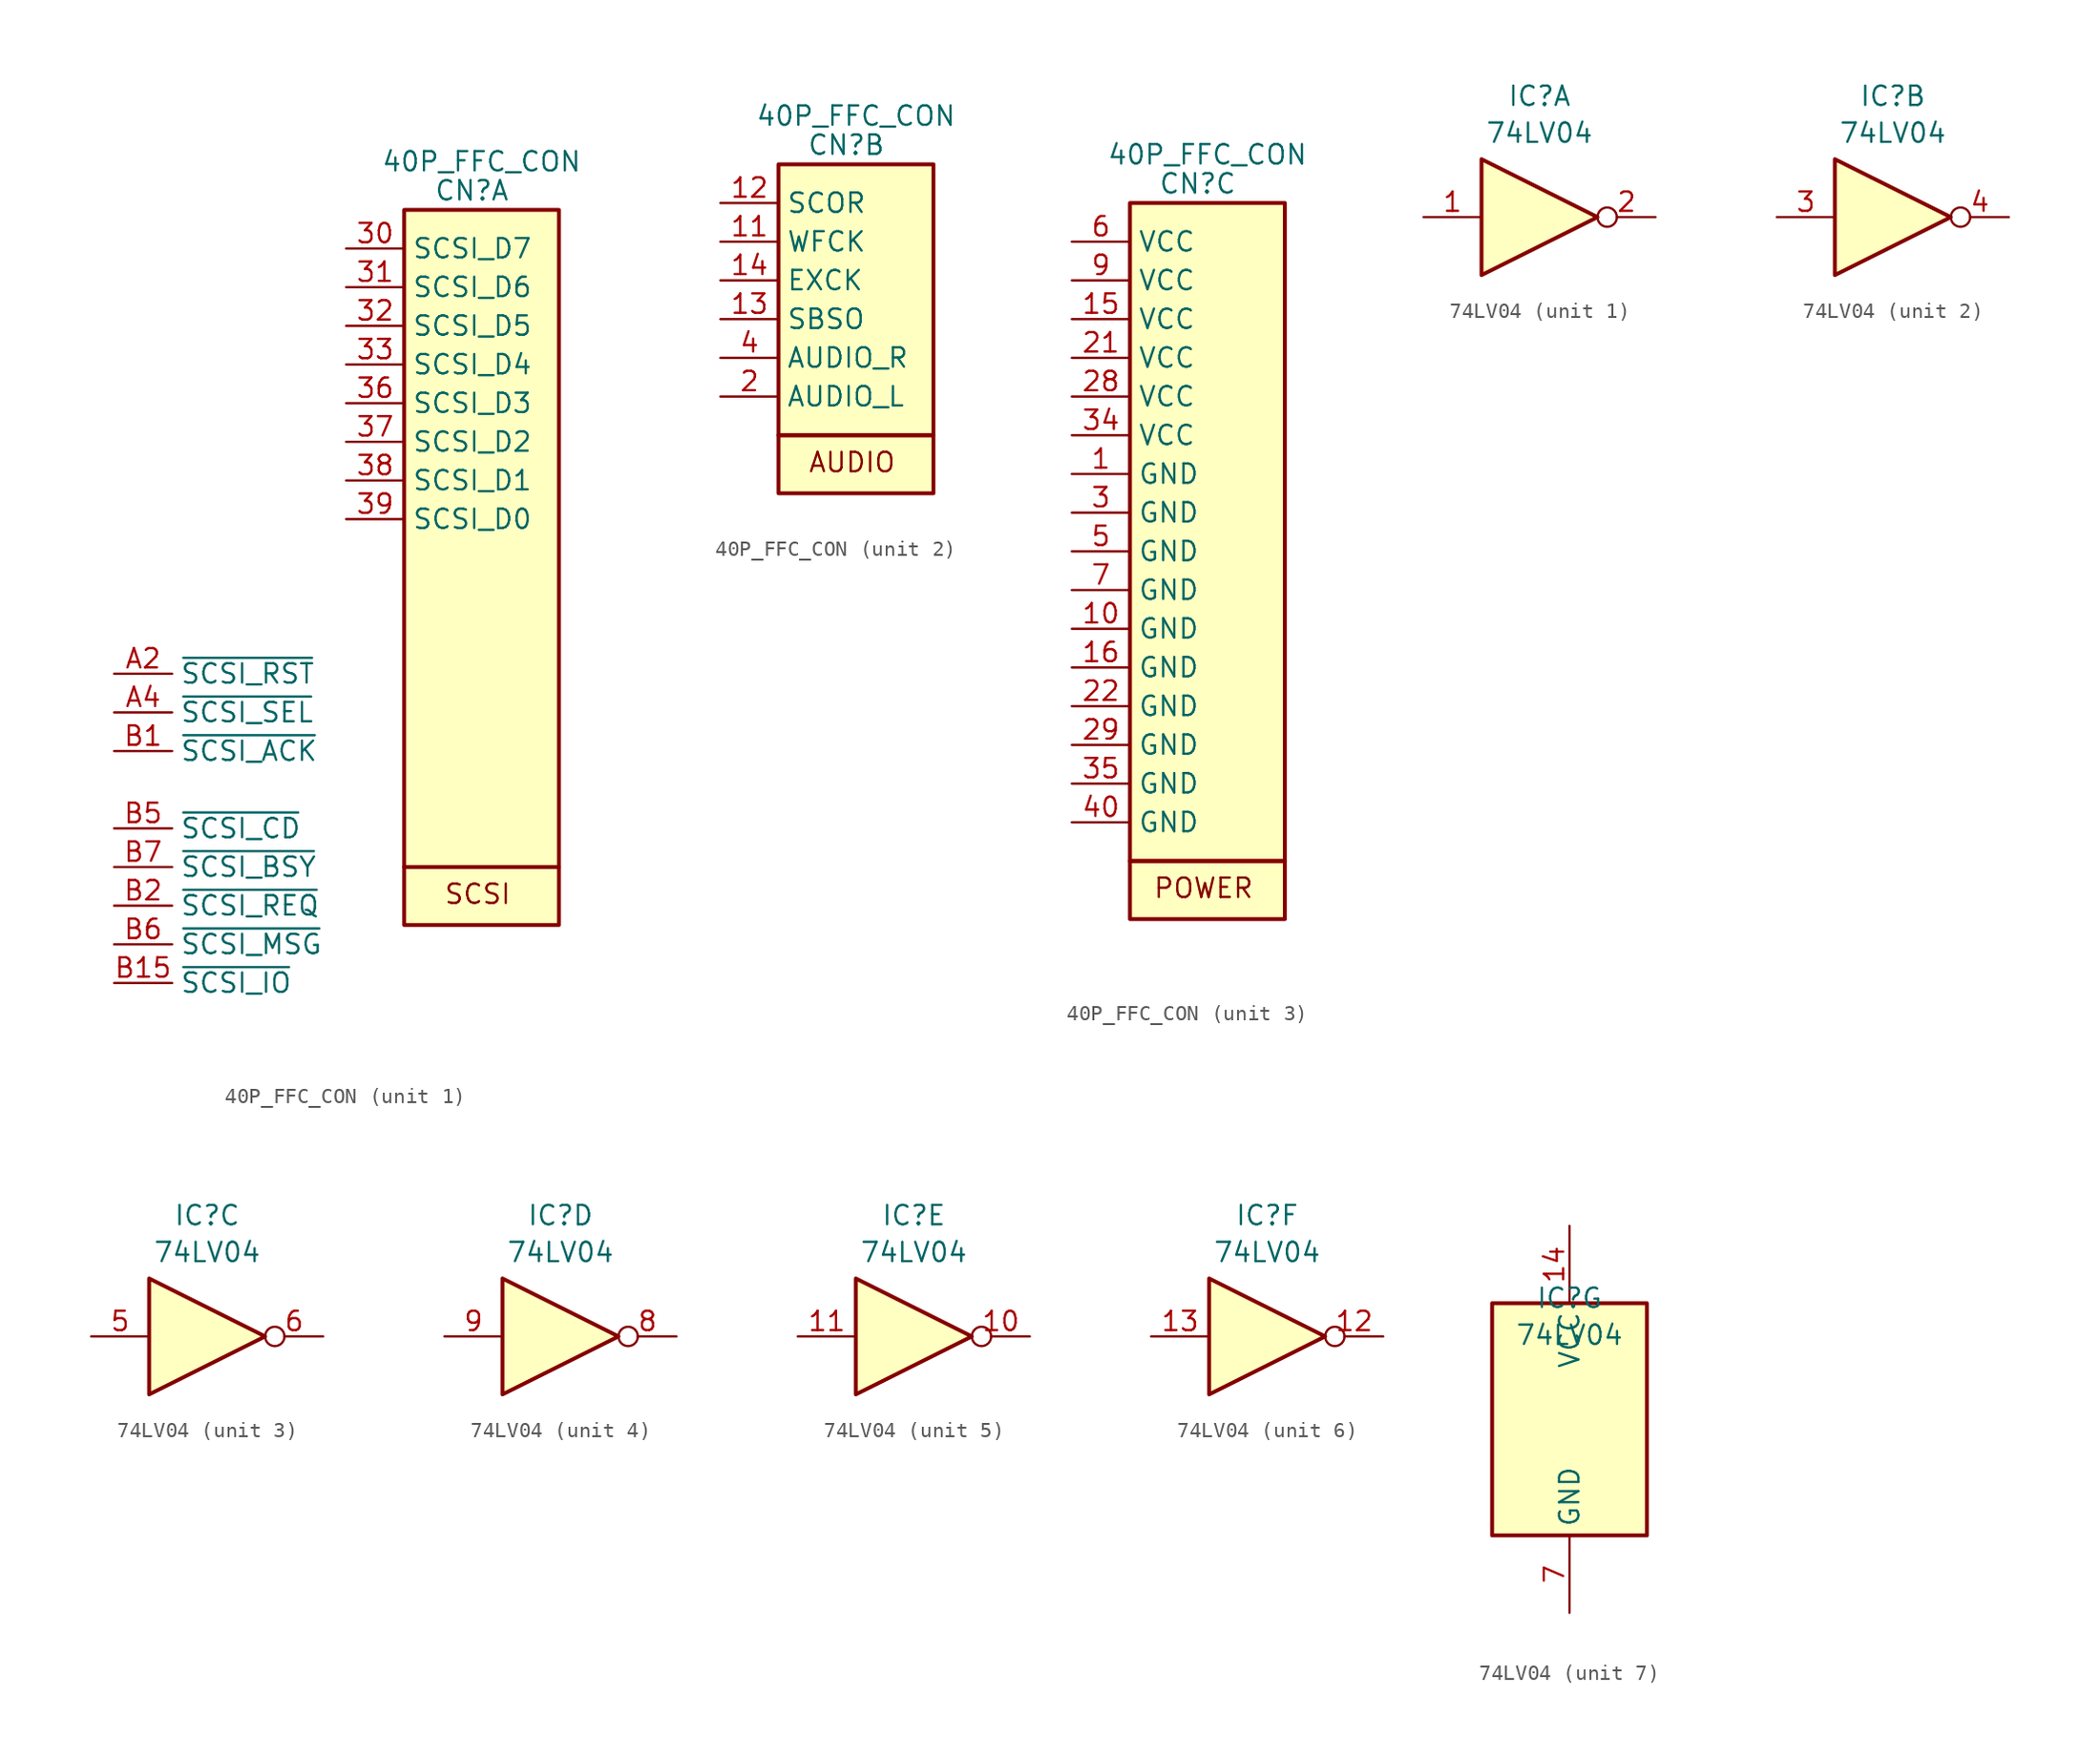
<source format=kicad_sym>
(kicad_symbol_lib
  (version 20231120)
  (generator "kicad_symbol_editor")
  (generator_version "8.0")
  (symbol "40P_FFC_CON"
    (property "Reference" "CN"
      (at 8.255 1.27 0)
      (effects (font (size 1.27 1.27))))
    (property "Value" "40P_FFC_CON"
      (at 8.89 3.175 0)
      (effects (font (size 1.27 1.27))))
    (symbol "40P_FFC_CON_1_1"
      (rectangle (start 3.81 -43.18) (end 13.97 -46.99) (stroke (width 0.254) (type default)) (fill (type background)))
      (rectangle (start 3.81 0) (end 13.97 -43.18) (stroke (width 0.254) (type default)) (fill (type background)))
      (text "SCSI" (at 8.636 -44.958 0) (effects (font (size 1.27 1.27))))
      (pin passive line (at 0 -2.54 0) (length 3.81) (name "SCSI_D7" (effects (font (size 1.27 1.27)))) (number "30" (effects (font (size 1.27 1.27)))))
      (pin passive line (at 0 -5.08 0) (length 3.81) (name "SCSI_D6" (effects (font (size 1.27 1.27)))) (number "31" (effects (font (size 1.27 1.27)))))
      (pin passive line (at 0 -7.62 0) (length 3.81) (name "SCSI_D5" (effects (font (size 1.27 1.27)))) (number "32" (effects (font (size 1.27 1.27)))))
      (pin passive line (at 0 -10.16 0) (length 3.81) (name "SCSI_D4" (effects (font (size 1.27 1.27)))) (number "33" (effects (font (size 1.27 1.27)))))
      (pin passive line (at 0 -12.7 0) (length 3.81) (name "SCSI_D3" (effects (font (size 1.27 1.27)))) (number "36" (effects (font (size 1.27 1.27)))))
      (pin passive line (at 0 -15.24 0) (length 3.81) (name "SCSI_D2" (effects (font (size 1.27 1.27)))) (number "37" (effects (font (size 1.27 1.27)))))
      (pin passive line (at 0 -17.78 0) (length 3.81) (name "SCSI_D1" (effects (font (size 1.27 1.27)))) (number "38" (effects (font (size 1.27 1.27)))))
      (pin passive line (at 0 -20.32 0) (length 3.81) (name "SCSI_D0" (effects (font (size 1.27 1.27)))) (number "39" (effects (font (size 1.27 1.27)))))
      (pin passive line (at -15.24 -30.48 0) (length 3.81) (name "~{SCSI_RST}" (effects (font (size 1.27 1.27)))) (number "A2" (effects (font (size 1.27 1.27)))))
      (pin passive line (at -15.24 -33.02 0) (length 3.81) (name "~{SCSI_SEL}" (effects (font (size 1.27 1.27)))) (number "A4" (effects (font (size 1.27 1.27)))))
      (pin passive line (at -15.24 -35.56 0) (length 3.81) (name "~{SCSI_ACK}" (effects (font (size 1.27 1.27)))) (number "B1" (effects (font (size 1.27 1.27)))))
      (pin passive line (at -15.24 -50.8 0) (length 3.81) (name "~{SCSI_IO}" (effects (font (size 1.27 1.27)))) (number "B15" (effects (font (size 1.27 1.27)))))
      (pin passive line (at -15.24 -45.72 0) (length 3.81) (name "~{SCSI_REQ}" (effects (font (size 1.27 1.27)))) (number "B2" (effects (font (size 1.27 1.27)))))
      (pin passive line (at -15.24 -40.64 0) (length 3.81) (name "~{SCSI_CD}" (effects (font (size 1.27 1.27)))) (number "B5" (effects (font (size 1.27 1.27)))))
      (pin passive line (at -15.24 -48.26 0) (length 3.81) (name "~{SCSI_MSG}" (effects (font (size 1.27 1.27)))) (number "B6" (effects (font (size 1.27 1.27)))))
      (pin passive line (at -15.24 -43.18 0) (length 3.81) (name "~{SCSI_BSY}" (effects (font (size 1.27 1.27)))) (number "B7" (effects (font (size 1.27 1.27))))))
    (symbol "40P_FFC_CON_2_1"
      (rectangle (start 3.81 -17.78) (end 13.97 -21.59) (stroke (width 0.254) (type default)) (fill (type background)))
      (rectangle (start 3.81 0) (end 13.97 -17.78) (stroke (width 0.254) (type default)) (fill (type background)))
      (text "AUDIO" (at 8.636 -19.558 0) (effects (font (size 1.27 1.27))))
      (pin passive line (at 0 -5.08 0) (length 3.81) (name "WFCK" (effects (font (size 1.27 1.27)))) (number "11" (effects (font (size 1.27 1.27)))))
      (pin passive line (at 0 -2.54 0) (length 3.81) (name "SCOR" (effects (font (size 1.27 1.27)))) (number "12" (effects (font (size 1.27 1.27)))))
      (pin passive line (at 0 -10.16 0) (length 3.81) (name "SBSO" (effects (font (size 1.27 1.27)))) (number "13" (effects (font (size 1.27 1.27)))))
      (pin passive line (at 0 -7.62 0) (length 3.81) (name "EXCK" (effects (font (size 1.27 1.27)))) (number "14" (effects (font (size 1.27 1.27)))))
      (pin passive line (at 0 -15.24 0) (length 3.81) (name "AUDIO_L" (effects (font (size 1.27 1.27)))) (number "2" (effects (font (size 1.27 1.27)))))
      (pin passive line (at 0 -12.7 0) (length 3.81) (name "AUDIO_R" (effects (font (size 1.27 1.27)))) (number "4" (effects (font (size 1.27 1.27))))))
    (symbol "40P_FFC_CON_3_1"
      (rectangle (start 3.81 -43.18) (end 13.97 -46.99) (stroke (width 0.254) (type default)) (fill (type background)))
      (rectangle (start 3.81 0) (end 13.97 -43.18) (stroke (width 0.254) (type default)) (fill (type background)))
      (text "POWER" (at 8.636 -44.958 0) (effects (font (size 1.27 1.27))))
      (pin power_in line (at 0 -17.78 0) (length 3.81) (name "GND" (effects (font (size 1.27 1.27)))) (number "1" (effects (font (size 1.27 1.27)))))
      (pin power_in line (at 0 -27.94 0) (length 3.81) (name "GND" (effects (font (size 1.27 1.27)))) (number "10" (effects (font (size 1.27 1.27)))))
      (pin power_in line (at 0 -7.62 0) (length 3.81) (name "VCC" (effects (font (size 1.27 1.27)))) (number "15" (effects (font (size 1.27 1.27)))))
      (pin power_in line (at 0 -30.48 0) (length 3.81) (name "GND" (effects (font (size 1.27 1.27)))) (number "16" (effects (font (size 1.27 1.27)))))
      (pin power_in line (at 0 -10.16 0) (length 3.81) (name "VCC" (effects (font (size 1.27 1.27)))) (number "21" (effects (font (size 1.27 1.27)))))
      (pin power_in line (at 0 -33.02 0) (length 3.81) (name "GND" (effects (font (size 1.27 1.27)))) (number "22" (effects (font (size 1.27 1.27)))))
      (pin power_in line (at 0 -12.7 0) (length 3.81) (name "VCC" (effects (font (size 1.27 1.27)))) (number "28" (effects (font (size 1.27 1.27)))))
      (pin power_in line (at 0 -35.56 0) (length 3.81) (name "GND" (effects (font (size 1.27 1.27)))) (number "29" (effects (font (size 1.27 1.27)))))
      (pin power_in line (at 0 -20.32 0) (length 3.81) (name "GND" (effects (font (size 1.27 1.27)))) (number "3" (effects (font (size 1.27 1.27)))))
      (pin power_in line (at 0 -15.24 0) (length 3.81) (name "VCC" (effects (font (size 1.27 1.27)))) (number "34" (effects (font (size 1.27 1.27)))))
      (pin power_in line (at 0 -38.1 0) (length 3.81) (name "GND" (effects (font (size 1.27 1.27)))) (number "35" (effects (font (size 1.27 1.27)))))
      (pin power_in line (at 0 -40.64 0) (length 3.81) (name "GND" (effects (font (size 1.27 1.27)))) (number "40" (effects (font (size 1.27 1.27)))))
      (pin power_in line (at 0 -22.86 0) (length 3.81) (name "GND" (effects (font (size 1.27 1.27)))) (number "5" (effects (font (size 1.27 1.27)))))
      (pin power_in line (at 0 -2.54 0) (length 3.81) (name "VCC" (effects (font (size 1.27 1.27)))) (number "6" (effects (font (size 1.27 1.27)))))
      (pin power_in line (at 0 -25.4 0) (length 3.81) (name "GND" (effects (font (size 1.27 1.27)))) (number "7" (effects (font (size 1.27 1.27)))))
      (pin power_in line (at 0 -5.08 0) (length 3.81) (name "VCC" (effects (font (size 1.27 1.27)))) (number "9" (effects (font (size 1.27 1.27)))))))
  (symbol "74LV04"
    (property "Reference" "IC"
      (at 0 7.955 0)
      (effects (font (size 1.27 1.27))))
    (property "Value" "74LV04"
      (at 0 5.53 0)
      (effects (font (size 1.27 1.27))))
    (property "ki_locked" ""
      (at 0 0 0)
      (effects (font (size 1.27 1.27))))
    (symbol "74LV04_1_0"
      (polyline (pts (xy -3.81 3.81) (xy -3.81 -3.81) (xy 3.81 0) (xy -3.81 3.81)) (stroke (width 0.254) (type default)) (fill (type background)))
      (pin input line (at -7.62 0 0) (length 3.81) (name "~" (effects (font (size 1.27 1.27)))) (number "1" (effects (font (size 1.27 1.27)))))
      (pin output inverted (at 7.62 0 180) (length 3.81) (name "~" (effects (font (size 1.27 1.27)))) (number "2" (effects (font (size 1.27 1.27))))))
    (symbol "74LV04_2_0"
      (polyline (pts (xy -3.81 3.81) (xy -3.81 -3.81) (xy 3.81 0) (xy -3.81 3.81)) (stroke (width 0.254) (type default)) (fill (type background)))
      (pin input line (at -7.62 0 0) (length 3.81) (name "~" (effects (font (size 1.27 1.27)))) (number "3" (effects (font (size 1.27 1.27)))))
      (pin output inverted (at 7.62 0 180) (length 3.81) (name "~" (effects (font (size 1.27 1.27)))) (number "4" (effects (font (size 1.27 1.27))))))
    (symbol "74LV04_3_0"
      (polyline (pts (xy -3.81 3.81) (xy -3.81 -3.81) (xy 3.81 0) (xy -3.81 3.81)) (stroke (width 0.254) (type default)) (fill (type background)))
      (pin input line (at -7.62 0 0) (length 3.81) (name "~" (effects (font (size 1.27 1.27)))) (number "5" (effects (font (size 1.27 1.27)))))
      (pin output inverted (at 7.62 0 180) (length 3.81) (name "~" (effects (font (size 1.27 1.27)))) (number "6" (effects (font (size 1.27 1.27))))))
    (symbol "74LV04_4_0"
      (polyline (pts (xy -3.81 3.81) (xy -3.81 -3.81) (xy 3.81 0) (xy -3.81 3.81)) (stroke (width 0.254) (type default)) (fill (type background)))
      (pin output inverted (at 7.62 0 180) (length 3.81) (name "~" (effects (font (size 1.27 1.27)))) (number "8" (effects (font (size 1.27 1.27)))))
      (pin input line (at -7.62 0 0) (length 3.81) (name "~" (effects (font (size 1.27 1.27)))) (number "9" (effects (font (size 1.27 1.27))))))
    (symbol "74LV04_5_0"
      (polyline (pts (xy -3.81 3.81) (xy -3.81 -3.81) (xy 3.81 0) (xy -3.81 3.81)) (stroke (width 0.254) (type default)) (fill (type background)))
      (pin output inverted (at 7.62 0 180) (length 3.81) (name "~" (effects (font (size 1.27 1.27)))) (number "10" (effects (font (size 1.27 1.27)))))
      (pin input line (at -7.62 0 0) (length 3.81) (name "~" (effects (font (size 1.27 1.27)))) (number "11" (effects (font (size 1.27 1.27))))))
    (symbol "74LV04_6_0"
      (polyline (pts (xy -3.81 3.81) (xy -3.81 -3.81) (xy 3.81 0) (xy -3.81 3.81)) (stroke (width 0.254) (type default)) (fill (type background)))
      (pin output inverted (at 7.62 0 180) (length 3.81) (name "~" (effects (font (size 1.27 1.27)))) (number "12" (effects (font (size 1.27 1.27)))))
      (pin input line (at -7.62 0 0) (length 3.81) (name "~" (effects (font (size 1.27 1.27)))) (number "13" (effects (font (size 1.27 1.27))))))
    (symbol "74LV04_7_0"
      (pin power_in line (at 0 12.7 270) (length 5.08) (name "VCC" (effects (font (size 1.27 1.27)))) (number "14" (effects (font (size 1.27 1.27)))))
      (pin power_in line (at 0 -12.7 90) (length 5.08) (name "GND" (effects (font (size 1.27 1.27)))) (number "7" (effects (font (size 1.27 1.27))))))
    (symbol "74LV04_7_1"
      (rectangle (start -5.08 7.62) (end 5.08 -7.62) (stroke (width 0.254) (type default)) (fill (type background))))))
</source>
